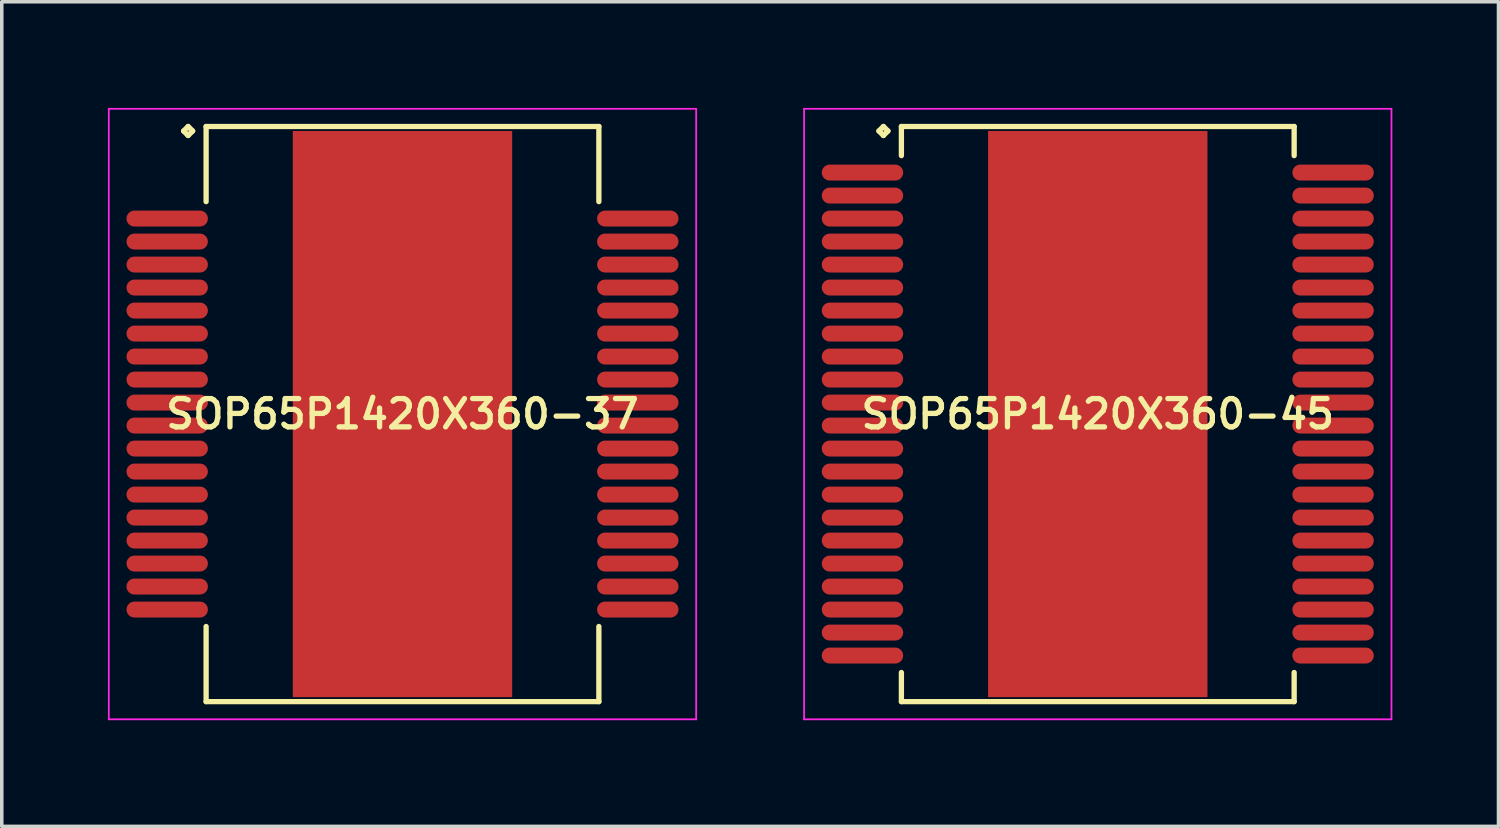
<source format=kicad_pcb>
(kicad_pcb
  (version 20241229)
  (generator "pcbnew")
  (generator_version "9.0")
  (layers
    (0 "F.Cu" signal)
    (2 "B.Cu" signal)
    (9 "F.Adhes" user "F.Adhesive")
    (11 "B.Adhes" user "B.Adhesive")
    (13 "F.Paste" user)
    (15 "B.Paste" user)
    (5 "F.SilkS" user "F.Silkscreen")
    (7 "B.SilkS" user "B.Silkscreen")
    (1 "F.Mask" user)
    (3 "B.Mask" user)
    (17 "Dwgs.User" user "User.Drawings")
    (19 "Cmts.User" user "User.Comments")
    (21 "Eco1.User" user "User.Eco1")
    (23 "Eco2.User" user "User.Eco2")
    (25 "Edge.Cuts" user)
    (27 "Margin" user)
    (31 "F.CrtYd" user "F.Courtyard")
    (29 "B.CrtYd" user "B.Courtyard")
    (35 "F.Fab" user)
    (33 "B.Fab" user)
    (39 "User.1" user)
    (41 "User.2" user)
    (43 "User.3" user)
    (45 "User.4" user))
  (footprint "SOP65P1420X360-45"
    (layer "F.Cu")
    (at 27.975 8.652)
    (property "Reference" "SOP65P1420X360-45" (at 0 0 0) (layer "F.SilkS") (effects (font (size 0.8 0.8) (thickness 0.15))))
    (attr smd)
    (fp_line (start -6.185 -8) (end -6.058 -8.127) (stroke (width 0.15) (type solid)) (layer "F.SilkS"))
    (fp_line (start -6.058 -8.127) (end -5.931 -8) (stroke (width 0.15) (type solid)) (layer "F.SilkS"))
    (fp_line (start -6.058 -7.873) (end -6.185 -8) (stroke (width 0.15) (type solid)) (layer "F.SilkS"))
    (fp_line (start -5.931 -8) (end -6.058 -7.873) (stroke (width 0.15) (type solid)) (layer "F.SilkS"))
    (fp_line (start -5.55 -8.127) (end 5.55 -8.127) (stroke (width 0.15) (type solid)) (layer "F.SilkS"))
    (fp_line (start -5.55 -7.304) (end -5.55 -8.127) (stroke (width 0.15) (type solid)) (layer "F.SilkS"))
    (fp_line (start -5.55 7.304) (end -5.55 8.127) (stroke (width 0.15) (type solid)) (layer "F.SilkS"))
    (fp_line (start -5.55 8.127) (end 5.55 8.127) (stroke (width 0.15) (type solid)) (layer "F.SilkS"))
    (fp_line (start 5.55 -8.127) (end 5.55 -7.304) (stroke (width 0.15) (type solid)) (layer "F.SilkS"))
    (fp_line (start 5.55 8.127) (end 5.55 7.304) (stroke (width 0.15) (type solid)) (layer "F.SilkS"))
    (fp_line (start -8.3 -8.627) (end 8.3 -8.627) (stroke (width 0.05) (type solid)) (layer "F.CrtYd"))
    (fp_line (start -8.3 8.627) (end -8.3 -8.627) (stroke (width 0.05) (type solid)) (layer "F.CrtYd"))
    (fp_line (start 8.3 -8.627) (end 8.3 8.627) (stroke (width 0.05) (type solid)) (layer "F.CrtYd"))
    (fp_line (start 8.3 8.627) (end -8.3 8.627) (stroke (width 0.05) (type solid)) (layer "F.CrtYd"))
    (pad "1" smd oval (at -6.65 -6.825) (size 2.3 0.45) (layers "F.Cu" "F.Mask" "F.Paste"))
    (pad "2" smd oval (at -6.65 -6.175) (size 2.3 0.45) (layers "F.Cu" "F.Mask" "F.Paste"))
    (pad "3" smd oval (at -6.65 -5.525) (size 2.3 0.45) (layers "F.Cu" "F.Mask" "F.Paste"))
    (pad "4" smd oval (at -6.65 -4.875) (size 2.3 0.45) (layers "F.Cu" "F.Mask" "F.Paste"))
    (pad "5" smd oval (at -6.65 -4.225) (size 2.3 0.45) (layers "F.Cu" "F.Mask" "F.Paste"))
    (pad "6" smd oval (at -6.65 -3.575) (size 2.3 0.45) (layers "F.Cu" "F.Mask" "F.Paste"))
    (pad "7" smd oval (at -6.65 -2.925) (size 2.3 0.45) (layers "F.Cu" "F.Mask" "F.Paste"))
    (pad "8" smd oval (at -6.65 -2.275) (size 2.3 0.45) (layers "F.Cu" "F.Mask" "F.Paste"))
    (pad "9" smd oval (at -6.65 -1.625) (size 2.3 0.45) (layers "F.Cu" "F.Mask" "F.Paste"))
    (pad "10" smd oval (at -6.65 -0.975) (size 2.3 0.45) (layers "F.Cu" "F.Mask" "F.Paste"))
    (pad "11" smd oval (at -6.65 -0.325) (size 2.3 0.45) (layers "F.Cu" "F.Mask" "F.Paste"))
    (pad "12" smd oval (at -6.65 0.325) (size 2.3 0.45) (layers "F.Cu" "F.Mask" "F.Paste"))
    (pad "13" smd oval (at -6.65 0.975) (size 2.3 0.45) (layers "F.Cu" "F.Mask" "F.Paste"))
    (pad "14" smd oval (at -6.65 1.625) (size 2.3 0.45) (layers "F.Cu" "F.Mask" "F.Paste"))
    (pad "15" smd oval (at -6.65 2.275) (size 2.3 0.45) (layers "F.Cu" "F.Mask" "F.Paste"))
    (pad "16" smd oval (at -6.65 2.925) (size 2.3 0.45) (layers "F.Cu" "F.Mask" "F.Paste"))
    (pad "17" smd oval (at -6.65 3.575) (size 2.3 0.45) (layers "F.Cu" "F.Mask" "F.Paste"))
    (pad "18" smd oval (at -6.65 4.225) (size 2.3 0.45) (layers "F.Cu" "F.Mask" "F.Paste"))
    (pad "19" smd oval (at -6.65 4.875) (size 2.3 0.45) (layers "F.Cu" "F.Mask" "F.Paste"))
    (pad "20" smd oval (at -6.65 5.525) (size 2.3 0.45) (layers "F.Cu" "F.Mask" "F.Paste"))
    (pad "21" smd oval (at -6.65 6.175) (size 2.3 0.45) (layers "F.Cu" "F.Mask" "F.Paste"))
    (pad "22" smd oval (at -6.65 6.825) (size 2.3 0.45) (layers "F.Cu" "F.Mask" "F.Paste"))
    (pad "23" smd oval (at 6.65 6.825) (size 2.3 0.45) (layers "F.Cu" "F.Mask" "F.Paste"))
    (pad "24" smd oval (at 6.65 6.175) (size 2.3 0.45) (layers "F.Cu" "F.Mask" "F.Paste"))
    (pad "25" smd oval (at 6.65 5.525) (size 2.3 0.45) (layers "F.Cu" "F.Mask" "F.Paste"))
    (pad "26" smd oval (at 6.65 4.875) (size 2.3 0.45) (layers "F.Cu" "F.Mask" "F.Paste"))
    (pad "27" smd oval (at 6.65 4.225) (size 2.3 0.45) (layers "F.Cu" "F.Mask" "F.Paste"))
    (pad "28" smd oval (at 6.65 3.575) (size 2.3 0.45) (layers "F.Cu" "F.Mask" "F.Paste"))
    (pad "29" smd oval (at 6.65 2.925) (size 2.3 0.45) (layers "F.Cu" "F.Mask" "F.Paste"))
    (pad "30" smd oval (at 6.65 2.275) (size 2.3 0.45) (layers "F.Cu" "F.Mask" "F.Paste"))
    (pad "31" smd oval (at 6.65 1.625) (size 2.3 0.45) (layers "F.Cu" "F.Mask" "F.Paste"))
    (pad "32" smd oval (at 6.65 0.975) (size 2.3 0.45) (layers "F.Cu" "F.Mask" "F.Paste"))
    (pad "33" smd oval (at 6.65 0.325) (size 2.3 0.45) (layers "F.Cu" "F.Mask" "F.Paste"))
    (pad "34" smd oval (at 6.65 -0.325) (size 2.3 0.45) (layers "F.Cu" "F.Mask" "F.Paste"))
    (pad "35" smd oval (at 6.65 -0.975) (size 2.3 0.45) (layers "F.Cu" "F.Mask" "F.Paste"))
    (pad "36" smd oval (at 6.65 -1.625) (size 2.3 0.45) (layers "F.Cu" "F.Mask" "F.Paste"))
    (pad "37" smd oval (at 6.65 -2.275) (size 2.3 0.45) (layers "F.Cu" "F.Mask" "F.Paste"))
    (pad "38" smd oval (at 6.65 -2.925) (size 2.3 0.45) (layers "F.Cu" "F.Mask" "F.Paste"))
    (pad "39" smd oval (at 6.65 -3.575) (size 2.3 0.45) (layers "F.Cu" "F.Mask" "F.Paste"))
    (pad "40" smd oval (at 6.65 -4.225) (size 2.3 0.45) (layers "F.Cu" "F.Mask" "F.Paste"))
    (pad "41" smd oval (at 6.65 -4.875) (size 2.3 0.45) (layers "F.Cu" "F.Mask" "F.Paste"))
    (pad "42" smd oval (at 6.65 -5.525) (size 2.3 0.45) (layers "F.Cu" "F.Mask" "F.Paste"))
    (pad "43" smd oval (at 6.65 -6.175) (size 2.3 0.45) (layers "F.Cu" "F.Mask" "F.Paste"))
    (pad "44" smd oval (at 6.65 -6.825) (size 2.3 0.45) (layers "F.Cu" "F.Mask" "F.Paste"))
    (pad "45" smd rect (at 0 0) (size 6.2 16) (layers "F.Cu" "F.Mask" "F.Paste")))
  (footprint "SOP65P1420X360-37"
    (layer "F.Cu")
    (at 8.325 8.652)
    (property "Reference" "SOP65P1420X360-37" (at 0 0 0) (layer "F.SilkS") (effects (font (size 0.8 0.8) (thickness 0.15))))
    (attr smd)
    (fp_line (start -6.185 -8) (end -6.058 -8.127) (stroke (width 0.15) (type solid)) (layer "F.SilkS"))
    (fp_line (start -6.058 -8.127) (end -5.931 -8) (stroke (width 0.15) (type solid)) (layer "F.SilkS"))
    (fp_line (start -6.058 -7.873) (end -6.185 -8) (stroke (width 0.15) (type solid)) (layer "F.SilkS"))
    (fp_line (start -5.931 -8) (end -6.058 -7.873) (stroke (width 0.15) (type solid)) (layer "F.SilkS"))
    (fp_line (start -5.55 -8.127) (end 5.55 -8.127) (stroke (width 0.15) (type solid)) (layer "F.SilkS"))
    (fp_line (start -5.55 -6.004) (end -5.55 -8.127) (stroke (width 0.15) (type solid)) (layer "F.SilkS"))
    (fp_line (start -5.55 6.004) (end -5.55 8.127) (stroke (width 0.15) (type solid)) (layer "F.SilkS"))
    (fp_line (start -5.55 8.127) (end 5.55 8.127) (stroke (width 0.15) (type solid)) (layer "F.SilkS"))
    (fp_line (start 5.55 -8.127) (end 5.55 -6.004) (stroke (width 0.15) (type solid)) (layer "F.SilkS"))
    (fp_line (start 5.55 8.127) (end 5.55 6.004) (stroke (width 0.15) (type solid)) (layer "F.SilkS"))
    (fp_line (start -8.3 -8.627) (end 8.3 -8.627) (stroke (width 0.05) (type solid)) (layer "F.CrtYd"))
    (fp_line (start -8.3 8.627) (end -8.3 -8.627) (stroke (width 0.05) (type solid)) (layer "F.CrtYd"))
    (fp_line (start 8.3 -8.627) (end 8.3 8.627) (stroke (width 0.05) (type solid)) (layer "F.CrtYd"))
    (fp_line (start 8.3 8.627) (end -8.3 8.627) (stroke (width 0.05) (type solid)) (layer "F.CrtYd"))
    (pad "1" smd oval (at -6.65 -5.525) (size 2.3 0.45) (layers "F.Cu" "F.Mask" "F.Paste"))
    (pad "2" smd oval (at -6.65 -4.875) (size 2.3 0.45) (layers "F.Cu" "F.Mask" "F.Paste"))
    (pad "3" smd oval (at -6.65 -4.225) (size 2.3 0.45) (layers "F.Cu" "F.Mask" "F.Paste"))
    (pad "4" smd oval (at -6.65 -3.575) (size 2.3 0.45) (layers "F.Cu" "F.Mask" "F.Paste"))
    (pad "5" smd oval (at -6.65 -2.925) (size 2.3 0.45) (layers "F.Cu" "F.Mask" "F.Paste"))
    (pad "6" smd oval (at -6.65 -2.275) (size 2.3 0.45) (layers "F.Cu" "F.Mask" "F.Paste"))
    (pad "7" smd oval (at -6.65 -1.625) (size 2.3 0.45) (layers "F.Cu" "F.Mask" "F.Paste"))
    (pad "8" smd oval (at -6.65 -0.975) (size 2.3 0.45) (layers "F.Cu" "F.Mask" "F.Paste"))
    (pad "9" smd oval (at -6.65 -0.325) (size 2.3 0.45) (layers "F.Cu" "F.Mask" "F.Paste"))
    (pad "10" smd oval (at -6.65 0.325) (size 2.3 0.45) (layers "F.Cu" "F.Mask" "F.Paste"))
    (pad "11" smd oval (at -6.65 0.975) (size 2.3 0.45) (layers "F.Cu" "F.Mask" "F.Paste"))
    (pad "12" smd oval (at -6.65 1.625) (size 2.3 0.45) (layers "F.Cu" "F.Mask" "F.Paste"))
    (pad "13" smd oval (at -6.65 2.275) (size 2.3 0.45) (layers "F.Cu" "F.Mask" "F.Paste"))
    (pad "14" smd oval (at -6.65 2.925) (size 2.3 0.45) (layers "F.Cu" "F.Mask" "F.Paste"))
    (pad "15" smd oval (at -6.65 3.575) (size 2.3 0.45) (layers "F.Cu" "F.Mask" "F.Paste"))
    (pad "16" smd oval (at -6.65 4.225) (size 2.3 0.45) (layers "F.Cu" "F.Mask" "F.Paste"))
    (pad "17" smd oval (at -6.65 4.875) (size 2.3 0.45) (layers "F.Cu" "F.Mask" "F.Paste"))
    (pad "18" smd oval (at -6.65 5.525) (size 2.3 0.45) (layers "F.Cu" "F.Mask" "F.Paste"))
    (pad "19" smd oval (at 6.65 5.525) (size 2.3 0.45) (layers "F.Cu" "F.Mask" "F.Paste"))
    (pad "20" smd oval (at 6.65 4.875) (size 2.3 0.45) (layers "F.Cu" "F.Mask" "F.Paste"))
    (pad "21" smd oval (at 6.65 4.225) (size 2.3 0.45) (layers "F.Cu" "F.Mask" "F.Paste"))
    (pad "22" smd oval (at 6.65 3.575) (size 2.3 0.45) (layers "F.Cu" "F.Mask" "F.Paste"))
    (pad "23" smd oval (at 6.65 2.925) (size 2.3 0.45) (layers "F.Cu" "F.Mask" "F.Paste"))
    (pad "24" smd oval (at 6.65 2.275) (size 2.3 0.45) (layers "F.Cu" "F.Mask" "F.Paste"))
    (pad "25" smd oval (at 6.65 1.625) (size 2.3 0.45) (layers "F.Cu" "F.Mask" "F.Paste"))
    (pad "26" smd oval (at 6.65 0.975) (size 2.3 0.45) (layers "F.Cu" "F.Mask" "F.Paste"))
    (pad "27" smd oval (at 6.65 0.325) (size 2.3 0.45) (layers "F.Cu" "F.Mask" "F.Paste"))
    (pad "28" smd oval (at 6.65 -0.325) (size 2.3 0.45) (layers "F.Cu" "F.Mask" "F.Paste"))
    (pad "29" smd oval (at 6.65 -0.975) (size 2.3 0.45) (layers "F.Cu" "F.Mask" "F.Paste"))
    (pad "30" smd oval (at 6.65 -1.625) (size 2.3 0.45) (layers "F.Cu" "F.Mask" "F.Paste"))
    (pad "31" smd oval (at 6.65 -2.275) (size 2.3 0.45) (layers "F.Cu" "F.Mask" "F.Paste"))
    (pad "32" smd oval (at 6.65 -2.925) (size 2.3 0.45) (layers "F.Cu" "F.Mask" "F.Paste"))
    (pad "33" smd oval (at 6.65 -3.575) (size 2.3 0.45) (layers "F.Cu" "F.Mask" "F.Paste"))
    (pad "34" smd oval (at 6.65 -4.225) (size 2.3 0.45) (layers "F.Cu" "F.Mask" "F.Paste"))
    (pad "35" smd oval (at 6.65 -4.875) (size 2.3 0.45) (layers "F.Cu" "F.Mask" "F.Paste"))
    (pad "36" smd oval (at 6.65 -5.525) (size 2.3 0.45) (layers "F.Cu" "F.Mask" "F.Paste"))
    (pad "37" smd rect (at 0 0) (size 6.2 16) (layers "F.Cu" "F.Mask" "F.Paste")))
  (gr_rect
    (start -3 -3)
    (end 39.3 20.304)
    (stroke (width 0.1) (type default))
    (fill no)
    (layer "Edge.Cuts")))
</source>
